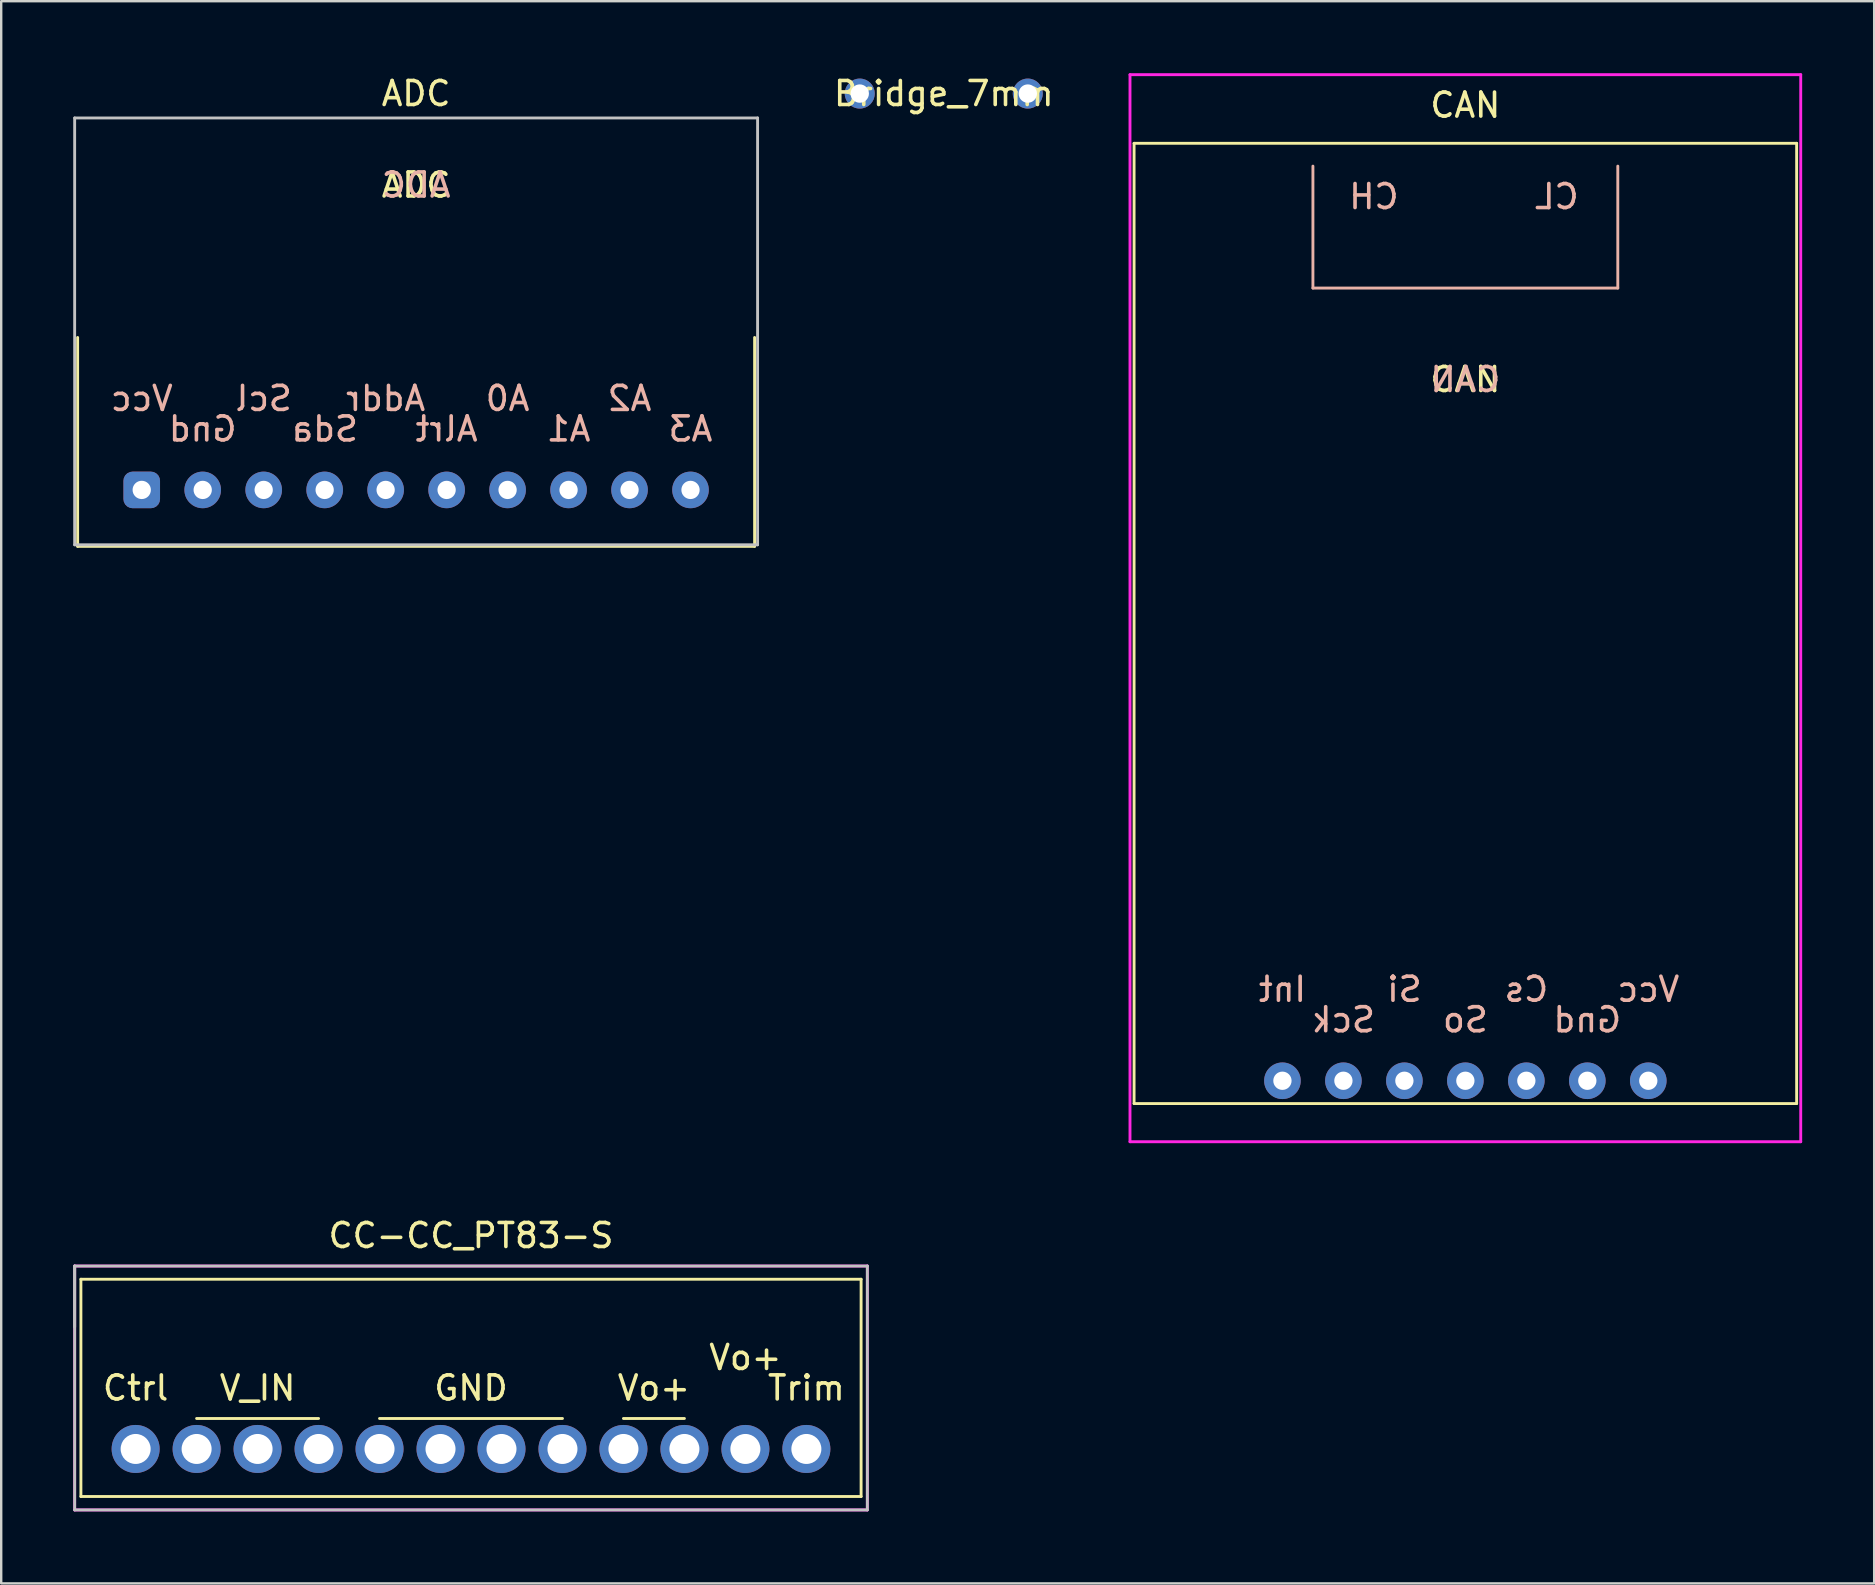
<source format=kicad_pcb>
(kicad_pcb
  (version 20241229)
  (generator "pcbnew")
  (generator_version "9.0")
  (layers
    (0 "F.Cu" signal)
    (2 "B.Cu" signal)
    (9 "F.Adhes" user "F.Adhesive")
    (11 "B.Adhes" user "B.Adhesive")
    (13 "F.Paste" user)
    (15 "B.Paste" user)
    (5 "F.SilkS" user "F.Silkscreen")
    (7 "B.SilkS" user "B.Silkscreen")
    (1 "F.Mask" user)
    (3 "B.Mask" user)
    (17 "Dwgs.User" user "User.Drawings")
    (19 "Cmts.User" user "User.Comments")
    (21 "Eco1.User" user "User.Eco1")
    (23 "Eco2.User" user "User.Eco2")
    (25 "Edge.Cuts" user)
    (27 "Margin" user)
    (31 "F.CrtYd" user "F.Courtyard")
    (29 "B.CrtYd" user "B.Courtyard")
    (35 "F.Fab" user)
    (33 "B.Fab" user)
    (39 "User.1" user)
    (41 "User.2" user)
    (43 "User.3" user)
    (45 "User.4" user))
  (footprint "ADC"
    (layer "F.Cu")
    (at 14.284 11.008)
    (property "Reference" "ADC" (at 0 -10.16 0) (layer "F.SilkS") (effects (font (size 1 1) (thickness 0.15))))
    (attr through_hole)
    (fp_line (start -14.1 0) (end -14.1 8.7) (stroke (width 0.12) (type solid)) (layer "F.SilkS"))
    (fp_line (start 14.1 0) (end 14.1 8.7) (stroke (width 0.12) (type solid)) (layer "F.SilkS"))
    (fp_line (start 14.1 8.7) (end -14.1 8.7) (stroke (width 0.12) (type solid)) (layer "F.SilkS"))
    (fp_line (start -14.224 -9.144) (end 14.224 -9.144) (stroke (width 0.12) (type solid)) (layer "Dwgs.User"))
    (fp_line (start -14.224 8.636) (end -14.224 -9.144) (stroke (width 0.12) (type solid)) (layer "Dwgs.User"))
    (fp_line (start 14.224 -9.144) (end 14.224 8.636) (stroke (width 0.12) (type solid)) (layer "Dwgs.User"))
    (fp_line (start 14.224 8.636) (end -14.224 8.636) (stroke (width 0.12) (type solid)) (layer "Dwgs.User"))
    (fp_text user "ADC" (at 0 -6.35 0) (layer "F.SilkS") (effects (font (size 1 1) (thickness 0.15))))
    (fp_text user "Addr" (at -1.27 2.54 0) (layer "B.SilkS") (effects (font (size 1 1) (thickness 0.15)) (justify mirror)))
    (fp_text user "A0" (at 3.81 2.54 0) (layer "B.SilkS") (effects (font (size 1 1) (thickness 0.15)) (justify mirror)))
    (fp_text user "A2" (at 8.89 2.54 0) (layer "B.SilkS") (effects (font (size 1 1) (thickness 0.15)) (justify mirror)))
    (fp_text user "Sda" (at -3.81 3.81 0) (layer "B.SilkS") (effects (font (size 1 1) (thickness 0.15)) (justify mirror)))
    (fp_text user "Alrt" (at 1.27 3.81 0) (layer "B.SilkS") (effects (font (size 1 1) (thickness 0.15)) (justify mirror)))
    (fp_text user "ADC" (at 0 -6.35 0) (layer "B.SilkS") (effects (font (size 1 1) (thickness 0.15)) (justify mirror)))
    (fp_text user "Scl" (at -6.35 2.54 0) (layer "B.SilkS") (effects (font (size 1 1) (thickness 0.15)) (justify mirror)))
    (fp_text user "A1" (at 6.35 3.81 0) (layer "B.SilkS") (effects (font (size 1 1) (thickness 0.15)) (justify mirror)))
    (fp_text user "A3" (at 11.43 3.81 0) (layer "B.SilkS") (effects (font (size 1 1) (thickness 0.15)) (justify mirror)))
    (fp_text user "Vcc" (at -11.43 2.54 0) (layer "B.SilkS") (effects (font (size 1 1) (thickness 0.15)) (justify mirror)))
    (fp_text user "Gnd" (at -8.89 3.81 0) (layer "B.SilkS") (effects (font (size 1 1) (thickness 0.15)) (justify mirror)))
    (pad "1" thru_hole roundrect (at -11.43 6.35) (size 1.524 1.524) (drill 0.762) (layers "*.Cu" "*.Mask") (roundrect_rratio 0.25))
    (pad "2" thru_hole circle (at -8.89 6.35) (size 1.524 1.524) (drill 0.762) (layers "*.Cu" "*.Mask"))
    (pad "3" thru_hole circle (at -6.35 6.35) (size 1.524 1.524) (drill 0.762) (layers "*.Cu" "*.Mask"))
    (pad "4" thru_hole circle (at -3.81 6.35) (size 1.524 1.524) (drill 0.762) (layers "*.Cu" "*.Mask"))
    (pad "5" thru_hole circle (at -1.27 6.35) (size 1.524 1.524) (drill 0.762) (layers "*.Cu" "*.Mask"))
    (pad "6" thru_hole circle (at 1.27 6.35) (size 1.524 1.524) (drill 0.762) (layers "*.Cu" "*.Mask"))
    (pad "7" thru_hole circle (at 3.81 6.35) (size 1.524 1.524) (drill 0.762) (layers "*.Cu" "*.Mask"))
    (pad "8" thru_hole circle (at 6.35 6.35) (size 1.524 1.524) (drill 0.762) (layers "*.Cu" "*.Mask"))
    (pad "9" thru_hole circle (at 8.89 6.35) (size 1.524 1.524) (drill 0.762) (layers "*.Cu" "*.Mask"))
    (pad "10" thru_hole circle (at 11.43 6.35) (size 1.524 1.524) (drill 0.762) (layers "*.Cu" "*.Mask")))
  (footprint "Bridge_7mm"
    (layer "F.Cu")
    (at 36.264 0.848)
    (property "Reference" "Bridge_7mm" (at 0 0 0) (layer "F.SilkS") (effects (font (size 1 1) (thickness 0.15))))
    (attr through_hole)
    (pad "1" thru_hole circle (at -3.5 0) (size 1.25 1.25) (drill 0.765) (layers "*.Cu" "*.Mask"))
    (pad "2" thru_hole circle (at 3.5 0) (size 1.25 1.25) (drill 0.765) (layers "*.Cu" "*.Mask")))
  (footprint "CC-CC_PT83-S"
    (layer "F.Cu")
    (at 16.57 57.308)
    (property "Reference" "CC-CC_PT83-S" (at 0 -8.89 0) (layer "F.SilkS") (effects (font (size 1 1) (thickness 0.15))))
    (attr through_hole)
    (fp_line (start -16.25 -7.07) (end 16.25 -7.07) (stroke (width 0.12) (type solid)) (layer "F.SilkS"))
    (fp_line (start -16.25 1.98) (end -16.25 -7.07) (stroke (width 0.12) (type solid)) (layer "F.SilkS"))
    (fp_line (start -11.43 -1.27) (end -6.35 -1.27) (stroke (width 0.12) (type solid)) (layer "F.SilkS"))
    (fp_line (start -3.81 -1.27) (end 3.81 -1.27) (stroke (width 0.12) (type solid)) (layer "F.SilkS"))
    (fp_line (start 6.35 -1.27) (end 8.89 -1.27) (stroke (width 0.12) (type solid)) (layer "F.SilkS"))
    (fp_line (start 16.25 -7.07) (end 16.25 1.98) (stroke (width 0.12) (type solid)) (layer "F.SilkS"))
    (fp_line (start 16.25 1.98) (end -16.25 1.98) (stroke (width 0.12) (type solid)) (layer "F.SilkS"))
    (fp_line (start -16.51 -7.62) (end -16.51 -5.08) (stroke (width 0.12) (type solid)) (layer "Dwgs.User"))
    (fp_line (start -16.51 -7.62) (end -16.51 2.54) (stroke (width 0.12) (type solid)) (layer "Dwgs.User"))
    (fp_line (start -16.51 2.54) (end 16.51 2.54) (stroke (width 0.12) (type solid)) (layer "Dwgs.User"))
    (fp_line (start 16.51 -7.62) (end -16.51 -7.62) (stroke (width 0.12) (type solid)) (layer "Dwgs.User"))
    (fp_line (start 16.51 2.54) (end 16.51 -7.62) (stroke (width 0.12) (type solid)) (layer "Dwgs.User"))
    (fp_line (start -16.51 -7.62) (end -16.51 2.54) (stroke (width 0.12) (type solid)) (layer "F.CrtYd"))
    (fp_line (start -16.51 2.54) (end 16.51 2.54) (stroke (width 0.12) (type solid)) (layer "F.CrtYd"))
    (fp_line (start 16.51 -7.62) (end -16.51 -7.62) (stroke (width 0.12) (type solid)) (layer "F.CrtYd"))
    (fp_line (start 16.51 2.54) (end 16.51 -7.62) (stroke (width 0.12) (type solid)) (layer "F.CrtYd"))
    (fp_text user "V_IN" (at -8.89 -2.54 0) (layer "F.SilkS") (effects (font (size 1 1) (thickness 0.15))))
    (fp_text user "Vo+" (at 7.62 -2.54 0) (layer "F.SilkS") (effects (font (size 1 1) (thickness 0.15))))
    (fp_text user "Vo+" (at 11.43 -3.81 0) (layer "F.SilkS") (effects (font (size 1 1) (thickness 0.15))))
    (fp_text user "GND" (at 0 -2.54 0) (layer "F.SilkS") (effects (font (size 1 1) (thickness 0.15))))
    (fp_text user "Trim" (at 13.97 -2.54 0) (layer "F.SilkS") (effects (font (size 1 1) (thickness 0.15))))
    (fp_text user "Ctrl" (at -13.97 -2.54 0) (layer "F.SilkS") (effects (font (size 1 1) (thickness 0.15))))
    (pad "1" thru_hole circle (at -13.97 0) (size 2 2) (drill 1.25) (layers "*.Cu" "*.Mask"))
    (pad "2" thru_hole circle (at -11.43 0) (size 2 2) (drill 1.25) (layers "*.Cu" "*.Mask"))
    (pad "3" thru_hole circle (at -8.89 0) (size 2 2) (drill 1.25) (layers "*.Cu" "*.Mask"))
    (pad "4" thru_hole circle (at -6.35 0) (size 2 2) (drill 1.25) (layers "*.Cu" "*.Mask"))
    (pad "5" thru_hole circle (at -3.81 0) (size 2 2) (drill 1.25) (layers "*.Cu" "*.Mask"))
    (pad "6" thru_hole circle (at -1.27 0) (size 2 2) (drill 1.25) (layers "*.Cu" "*.Mask"))
    (pad "7" thru_hole circle (at 1.27 0) (size 2 2) (drill 1.25) (layers "*.Cu" "*.Mask"))
    (pad "8" thru_hole circle (at 3.81 0) (size 2 2) (drill 1.25) (layers "*.Cu" "*.Mask"))
    (pad "9" thru_hole circle (at 6.35 0) (size 2 2) (drill 1.25) (layers "*.Cu" "*.Mask"))
    (pad "10" thru_hole circle (at 8.89 0) (size 2 2) (drill 1.25) (layers "*.Cu" "*.Mask"))
    (pad "11" thru_hole circle (at 11.43 0) (size 2 2) (drill 1.25) (layers "*.Cu" "*.Mask"))
    (pad "12" thru_hole circle (at 13.97 0) (size 2 2) (drill 1.25) (layers "*.Cu" "*.Mask")))
  (footprint "CAN"
    (layer "F.Cu")
    (at 57.991 22.92)
    (property "Reference" "CAN" (at 0 -21.59 0) (layer "F.SilkS") (effects (font (size 1 1) (thickness 0.15))))
    (attr through_hole)
    (fp_line (start -13.8 -20) (end -13.8 20) (stroke (width 0.12) (type solid)) (layer "F.SilkS"))
    (fp_line (start -13.8 20) (end 13.8 20) (stroke (width 0.12) (type solid)) (layer "F.SilkS"))
    (fp_line (start 13.8 -20) (end -13.8 -20) (stroke (width 0.12) (type solid)) (layer "F.SilkS"))
    (fp_line (start 13.8 -20) (end 13.8 20) (stroke (width 0.12) (type solid)) (layer "F.SilkS"))
    (fp_line (start -6.35 -19.05) (end -6.35 -13.97) (stroke (width 0.12) (type solid)) (layer "B.SilkS"))
    (fp_line (start -6.35 -13.97) (end 6.35 -13.97) (stroke (width 0.12) (type solid)) (layer "B.SilkS"))
    (fp_line (start 6.35 -13.97) (end 6.35 -19.05) (stroke (width 0.12) (type solid)) (layer "B.SilkS"))
    (fp_line (start -13.97 -22.86) (end -13.97 21.59) (stroke (width 0.12) (type solid)) (layer "F.CrtYd"))
    (fp_line (start -13.97 21.59) (end 13.97 21.59) (stroke (width 0.12) (type solid)) (layer "F.CrtYd"))
    (fp_line (start 13.97 -22.86) (end -13.97 -22.86) (stroke (width 0.12) (type solid)) (layer "F.CrtYd"))
    (fp_line (start 13.97 21.59) (end 13.97 -22.86) (stroke (width 0.12) (type solid)) (layer "F.CrtYd"))
    (fp_text user "CAN" (at 0 -10.16 0) (layer "F.SilkS") (effects (font (size 1 1) (thickness 0.15))))
    (fp_text user "Cs" (at 2.54 15.24 0) (layer "B.SilkS") (effects (font (size 1 1) (thickness 0.15)) (justify mirror)))
    (fp_text user "CH" (at -3.81 -17.78 0) (layer "B.SilkS") (effects (font (size 1 1) (thickness 0.15)) (justify mirror)))
    (fp_text user "CAN" (at 0 -10.16 0) (layer "B.SilkS") (effects (font (size 1 1) (thickness 0.15)) (justify mirror)))
    (fp_text user "Vcc" (at 7.62 15.24 0) (layer "B.SilkS") (effects (font (size 1 1) (thickness 0.15)) (justify mirror)))
    (fp_text user "So" (at 0 16.51 0) (layer "B.SilkS") (effects (font (size 1 1) (thickness 0.15)) (justify mirror)))
    (fp_text user "Gnd" (at 5.08 16.51 0) (layer "B.SilkS") (effects (font (size 1 1) (thickness 0.15)) (justify mirror)))
    (fp_text user "Int" (at -7.62 15.24 0) (layer "B.SilkS") (effects (font (size 1 1) (thickness 0.15)) (justify mirror)))
    (fp_text user "CL" (at 3.81 -17.78 0) (layer "B.SilkS") (effects (font (size 1 1) (thickness 0.15)) (justify mirror)))
    (fp_text user "Si" (at -2.54 15.24 0) (layer "B.SilkS") (effects (font (size 1 1) (thickness 0.15)) (justify mirror)))
    (fp_text user "Sck" (at -5.08 16.51 0) (layer "B.SilkS") (effects (font (size 1 1) (thickness 0.15)) (justify mirror)))
    (pad "1" thru_hole circle (at 7.62 19.05) (size 1.524 1.524) (drill 0.762) (layers "*.Cu" "*.Mask"))
    (pad "2" thru_hole circle (at 5.08 19.05) (size 1.524 1.524) (drill 0.762) (layers "*.Cu" "*.Mask"))
    (pad "3" thru_hole circle (at 2.54 19.05) (size 1.524 1.524) (drill 0.762) (layers "*.Cu" "*.Mask"))
    (pad "4" thru_hole circle (at 0 19.05) (size 1.524 1.524) (drill 0.762) (layers "*.Cu" "*.Mask"))
    (pad "5" thru_hole circle (at -2.54 19.05) (size 1.524 1.524) (drill 0.762) (layers "*.Cu" "*.Mask"))
    (pad "6" thru_hole circle (at -5.08 19.05) (size 1.524 1.524) (drill 0.762) (layers "*.Cu" "*.Mask"))
    (pad "7" thru_hole circle (at -7.62 19.05) (size 1.524 1.524) (drill 0.762) (layers "*.Cu" "*.Mask")))
  (gr_rect
    (start -3 -3)
    (end 75.021 62.908)
    (stroke (width 0.1) (type default))
    (fill no)
    (layer "Edge.Cuts")))
</source>
